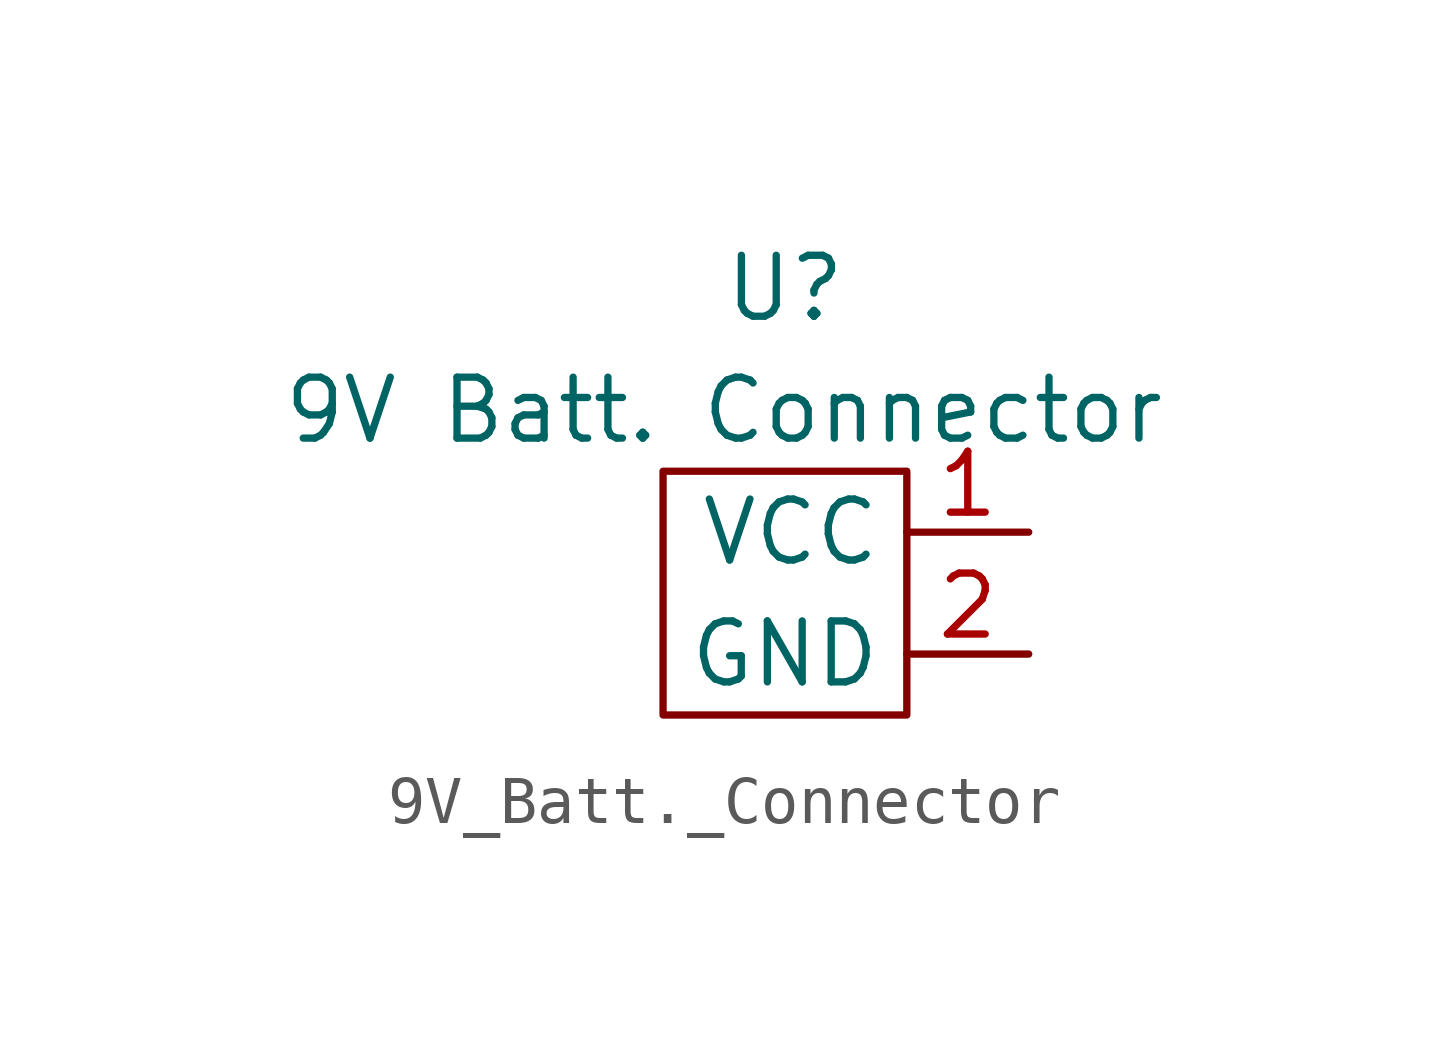
<source format=kicad_sym>
(kicad_symbol_lib
  (version 20220914)
  (generator kicad_symbol_editor)
  (symbol "9V_Batt._Connector"
    (property "Reference" "U"
      (at 2.54 3.81 0)
      (effects (font (size 1.27 1.27))))
    (property "Value" "9V Batt. Connector"
      (at 1.27 1.27 0)
      (effects (font (size 1.27 1.27))))
    (symbol "9V_Batt._Connector_0_1"
      (rectangle (start 0 0) (end 5.08 -5.08) (stroke (width 0) (type default)) (fill (type none))))
    (symbol "9V_Batt._Connector_1_1"
      (pin power_out line (at 7.62 -1.27 180) (length 2.54) (name "VCC" (effects (font (size 1.27 1.27)))) (number "1" (effects (font (size 1.27 1.27)))))
      (pin power_out line (at 7.62 -3.81 180) (length 2.54) (name "GND" (effects (font (size 1.27 1.27)))) (number "2" (effects (font (size 1.27 1.27))))))))
</source>
